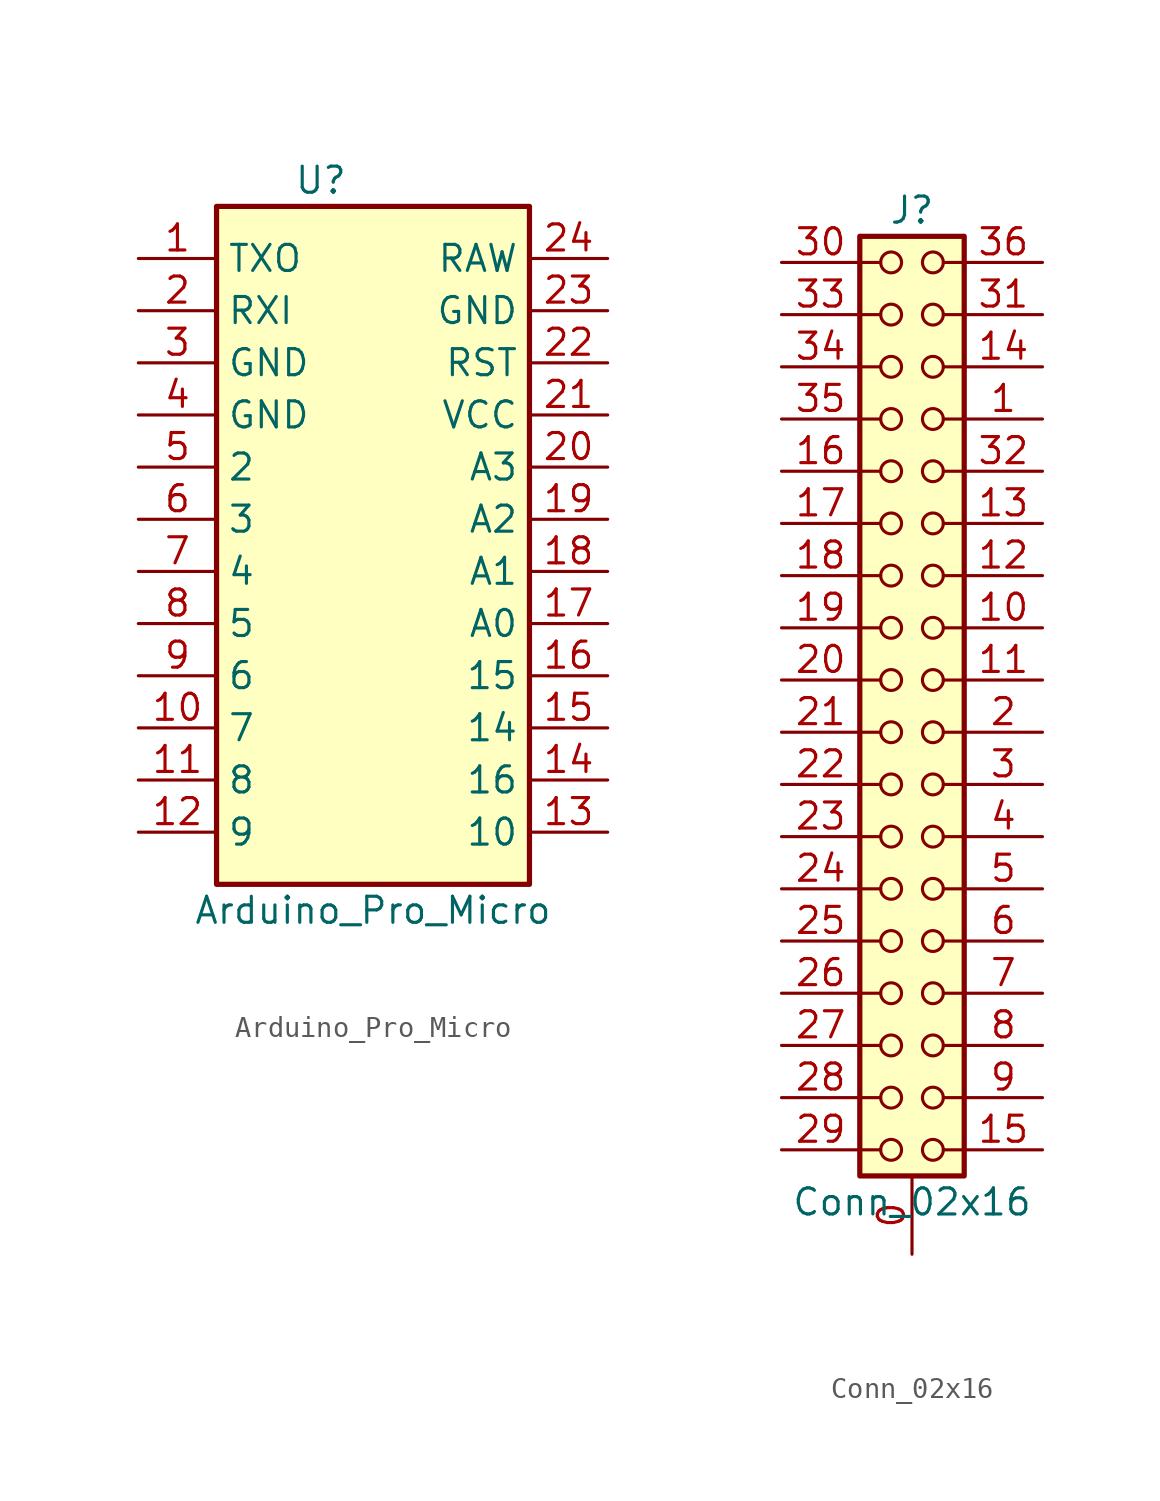
<source format=kicad_sym>
(kicad_symbol_lib
  (version 20211014)
  (generator kicad_symbol_editor)
  (symbol "Arduino_Pro_Micro"
    (property "Reference" "U"
      (at -2.54 17.78 0)
      (effects (font (size 1.27 1.27))))
    (property "Value" "Arduino_Pro_Micro"
      (at 0 -17.78 0)
      (effects (font (size 1.27 1.27))))
    (symbol "Arduino_Pro_Micro_0_1"
      (rectangle (start -7.62 16.51) (end 7.62 -16.51) (stroke (width 0.254) (type default) (color 0 0 0 0)) (fill (type background))))
    (symbol "Arduino_Pro_Micro_1_1"
      (pin passive line (at -11.43 13.97 0) (length 3.81) (name "TXO" (effects (font (size 1.27 1.27)))) (number "1" (effects (font (size 1.27 1.27)))))
      (pin passive line (at -11.43 -8.89 0) (length 3.81) (name "7" (effects (font (size 1.27 1.27)))) (number "10" (effects (font (size 1.27 1.27)))))
      (pin passive line (at -11.43 -11.43 0) (length 3.81) (name "8" (effects (font (size 1.27 1.27)))) (number "11" (effects (font (size 1.27 1.27)))))
      (pin passive line (at -11.43 -13.97 0) (length 3.81) (name "9" (effects (font (size 1.27 1.27)))) (number "12" (effects (font (size 1.27 1.27)))))
      (pin passive line (at 11.43 -13.97 180) (length 3.81) (name "10" (effects (font (size 1.27 1.27)))) (number "13" (effects (font (size 1.27 1.27)))))
      (pin passive line (at 11.43 -11.43 180) (length 3.81) (name "16" (effects (font (size 1.27 1.27)))) (number "14" (effects (font (size 1.27 1.27)))))
      (pin passive line (at 11.43 -8.89 180) (length 3.81) (name "14" (effects (font (size 1.27 1.27)))) (number "15" (effects (font (size 1.27 1.27)))))
      (pin passive line (at 11.43 -6.35 180) (length 3.81) (name "15" (effects (font (size 1.27 1.27)))) (number "16" (effects (font (size 1.27 1.27)))))
      (pin passive line (at 11.43 -3.81 180) (length 3.81) (name "A0" (effects (font (size 1.27 1.27)))) (number "17" (effects (font (size 1.27 1.27)))))
      (pin passive line (at 11.43 -1.27 180) (length 3.81) (name "A1" (effects (font (size 1.27 1.27)))) (number "18" (effects (font (size 1.27 1.27)))))
      (pin passive line (at 11.43 1.27 180) (length 3.81) (name "A2" (effects (font (size 1.27 1.27)))) (number "19" (effects (font (size 1.27 1.27)))))
      (pin passive line (at -11.43 11.43 0) (length 3.81) (name "RXI" (effects (font (size 1.27 1.27)))) (number "2" (effects (font (size 1.27 1.27)))))
      (pin passive line (at 11.43 3.81 180) (length 3.81) (name "A3" (effects (font (size 1.27 1.27)))) (number "20" (effects (font (size 1.27 1.27)))))
      (pin passive line (at 11.43 6.35 180) (length 3.81) (name "VCC" (effects (font (size 1.27 1.27)))) (number "21" (effects (font (size 1.27 1.27)))))
      (pin passive line (at 11.43 8.89 180) (length 3.81) (name "RST" (effects (font (size 1.27 1.27)))) (number "22" (effects (font (size 1.27 1.27)))))
      (pin passive line (at 11.43 11.43 180) (length 3.81) (name "GND" (effects (font (size 1.27 1.27)))) (number "23" (effects (font (size 1.27 1.27)))))
      (pin passive line (at 11.43 13.97 180) (length 3.81) (name "RAW" (effects (font (size 1.27 1.27)))) (number "24" (effects (font (size 1.27 1.27)))))
      (pin passive line (at -11.43 8.89 0) (length 3.81) (name "GND" (effects (font (size 1.27 1.27)))) (number "3" (effects (font (size 1.27 1.27)))))
      (pin passive line (at -11.43 6.35 0) (length 3.81) (name "GND" (effects (font (size 1.27 1.27)))) (number "4" (effects (font (size 1.27 1.27)))))
      (pin passive line (at -11.43 3.81 0) (length 3.81) (name "2" (effects (font (size 1.27 1.27)))) (number "5" (effects (font (size 1.27 1.27)))))
      (pin passive line (at -11.43 1.27 0) (length 3.81) (name "3" (effects (font (size 1.27 1.27)))) (number "6" (effects (font (size 1.27 1.27)))))
      (pin passive line (at -11.43 -1.27 0) (length 3.81) (name "4" (effects (font (size 1.27 1.27)))) (number "7" (effects (font (size 1.27 1.27)))))
      (pin passive line (at -11.43 -3.81 0) (length 3.81) (name "5" (effects (font (size 1.27 1.27)))) (number "8" (effects (font (size 1.27 1.27)))))
      (pin passive line (at -11.43 -6.35 0) (length 3.81) (name "6" (effects (font (size 1.27 1.27)))) (number "9" (effects (font (size 1.27 1.27)))))))
  (symbol "Conn_02x16"
    (pin_names
      (offset 1.016) hide)
    (property "Reference" "J"
      (at 1.27 17.78 0)
      (effects (font (size 1.27 1.27))))
    (property "Value" "Conn_02x16"
      (at 1.27 -30.48 0)
      (effects (font (size 1.27 1.27))))
    (symbol "Conn_02x16_0_1"
      (polyline (pts (xy -1.27 -27.94) (xy -0.254 -27.94)) (stroke (width 0) (type default) (color 0 0 0 0)) (fill (type none)))
      (polyline (pts (xy -1.27 -25.4) (xy -0.254 -25.4)) (stroke (width 0) (type default) (color 0 0 0 0)) (fill (type none)))
      (polyline (pts (xy -1.27 -22.86) (xy -0.254 -22.86)) (stroke (width 0) (type default) (color 0 0 0 0)) (fill (type none)))
      (polyline (pts (xy -1.27 -20.32) (xy -0.254 -20.32)) (stroke (width 0) (type default) (color 0 0 0 0)) (fill (type none)))
      (polyline (pts (xy -1.27 -17.78) (xy -0.254 -17.78)) (stroke (width 0) (type default) (color 0 0 0 0)) (fill (type none)))
      (polyline (pts (xy -1.27 -15.24) (xy -0.254 -15.24)) (stroke (width 0) (type default) (color 0 0 0 0)) (fill (type none)))
      (polyline (pts (xy -1.27 -12.7) (xy -0.254 -12.7)) (stroke (width 0) (type default) (color 0 0 0 0)) (fill (type none)))
      (polyline (pts (xy -1.27 -10.16) (xy -0.254 -10.16)) (stroke (width 0) (type default) (color 0 0 0 0)) (fill (type none)))
      (polyline (pts (xy -1.27 -7.62) (xy -0.254 -7.62)) (stroke (width 0) (type default) (color 0 0 0 0)) (fill (type none)))
      (polyline (pts (xy -1.27 -5.08) (xy -0.254 -5.08)) (stroke (width 0) (type default) (color 0 0 0 0)) (fill (type none)))
      (polyline (pts (xy -1.27 -2.54) (xy -0.254 -2.54)) (stroke (width 0) (type default) (color 0 0 0 0)) (fill (type none)))
      (polyline (pts (xy -1.27 0) (xy -0.254 0)) (stroke (width 0) (type default) (color 0 0 0 0)) (fill (type none)))
      (polyline (pts (xy -1.27 2.54) (xy -0.254 2.54)) (stroke (width 0) (type default) (color 0 0 0 0)) (fill (type none)))
      (polyline (pts (xy -1.27 5.08) (xy -0.254 5.08)) (stroke (width 0) (type default) (color 0 0 0 0)) (fill (type none)))
      (polyline (pts (xy -1.27 7.62) (xy -0.254 7.62)) (stroke (width 0) (type default) (color 0 0 0 0)) (fill (type none)))
      (polyline (pts (xy -1.27 10.16) (xy -0.254 10.16)) (stroke (width 0) (type default) (color 0 0 0 0)) (fill (type none)))
      (polyline (pts (xy -1.27 12.7) (xy -0.254 12.7)) (stroke (width 0) (type default) (color 0 0 0 0)) (fill (type none)))
      (polyline (pts (xy -1.27 15.24) (xy -0.254 15.24)) (stroke (width 0) (type default) (color 0 0 0 0)) (fill (type none)))
      (polyline (pts (xy 3.81 -27.94) (xy 2.794 -27.94)) (stroke (width 0) (type default) (color 0 0 0 0)) (fill (type none)))
      (polyline (pts (xy 3.81 -25.4) (xy 2.794 -25.4)) (stroke (width 0) (type default) (color 0 0 0 0)) (fill (type none)))
      (polyline (pts (xy 3.81 -22.86) (xy 2.794 -22.86)) (stroke (width 0) (type default) (color 0 0 0 0)) (fill (type none)))
      (polyline (pts (xy 3.81 -20.32) (xy 2.794 -20.32)) (stroke (width 0) (type default) (color 0 0 0 0)) (fill (type none)))
      (polyline (pts (xy 3.81 -17.78) (xy 2.794 -17.78)) (stroke (width 0) (type default) (color 0 0 0 0)) (fill (type none)))
      (polyline (pts (xy 3.81 -15.24) (xy 2.794 -15.24)) (stroke (width 0) (type default) (color 0 0 0 0)) (fill (type none)))
      (polyline (pts (xy 3.81 -12.7) (xy 2.794 -12.7)) (stroke (width 0) (type default) (color 0 0 0 0)) (fill (type none)))
      (polyline (pts (xy 3.81 -10.16) (xy 2.794 -10.16)) (stroke (width 0) (type default) (color 0 0 0 0)) (fill (type none)))
      (polyline (pts (xy 3.81 -7.62) (xy 2.794 -7.62)) (stroke (width 0) (type default) (color 0 0 0 0)) (fill (type none)))
      (polyline (pts (xy 3.81 -5.08) (xy 2.794 -5.08)) (stroke (width 0) (type default) (color 0 0 0 0)) (fill (type none)))
      (polyline (pts (xy 3.81 -2.54) (xy 2.794 -2.54)) (stroke (width 0) (type default) (color 0 0 0 0)) (fill (type none)))
      (polyline (pts (xy 3.81 0) (xy 2.794 0)) (stroke (width 0) (type default) (color 0 0 0 0)) (fill (type none)))
      (polyline (pts (xy 3.81 2.54) (xy 2.794 2.54)) (stroke (width 0) (type default) (color 0 0 0 0)) (fill (type none)))
      (polyline (pts (xy 3.81 5.08) (xy 2.794 5.08)) (stroke (width 0) (type default) (color 0 0 0 0)) (fill (type none)))
      (polyline (pts (xy 3.81 7.62) (xy 2.794 7.62)) (stroke (width 0) (type default) (color 0 0 0 0)) (fill (type none)))
      (polyline (pts (xy 3.81 10.16) (xy 2.794 10.16)) (stroke (width 0) (type default) (color 0 0 0 0)) (fill (type none)))
      (polyline (pts (xy 3.81 12.7) (xy 2.794 12.7)) (stroke (width 0) (type default) (color 0 0 0 0)) (fill (type none)))
      (polyline (pts (xy 3.81 15.24) (xy 2.794 15.24)) (stroke (width 0) (type default) (color 0 0 0 0)) (fill (type none)))
      (circle (center 0.254 -27.94) (radius 0.508) (stroke (width 0) (type default) (color 0 0 0 0)) (fill (type none)))
      (circle (center 0.254 -25.4) (radius 0.508) (stroke (width 0) (type default) (color 0 0 0 0)) (fill (type none)))
      (circle (center 0.254 -22.86) (radius 0.508) (stroke (width 0) (type default) (color 0 0 0 0)) (fill (type none)))
      (circle (center 0.254 -20.32) (radius 0.508) (stroke (width 0) (type default) (color 0 0 0 0)) (fill (type none)))
      (circle (center 0.254 -17.78) (radius 0.508) (stroke (width 0) (type default) (color 0 0 0 0)) (fill (type none)))
      (circle (center 0.254 -15.24) (radius 0.508) (stroke (width 0) (type default) (color 0 0 0 0)) (fill (type none)))
      (circle (center 0.254 -12.7) (radius 0.508) (stroke (width 0) (type default) (color 0 0 0 0)) (fill (type none)))
      (circle (center 0.254 -10.16) (radius 0.508) (stroke (width 0) (type default) (color 0 0 0 0)) (fill (type none)))
      (circle (center 0.254 -7.62) (radius 0.508) (stroke (width 0) (type default) (color 0 0 0 0)) (fill (type none)))
      (circle (center 0.254 -5.08) (radius 0.508) (stroke (width 0) (type default) (color 0 0 0 0)) (fill (type none)))
      (circle (center 0.254 -2.54) (radius 0.508) (stroke (width 0) (type default) (color 0 0 0 0)) (fill (type none)))
      (circle (center 0.254 0) (radius 0.508) (stroke (width 0) (type default) (color 0 0 0 0)) (fill (type none)))
      (circle (center 0.254 2.54) (radius 0.508) (stroke (width 0) (type default) (color 0 0 0 0)) (fill (type none)))
      (circle (center 0.254 5.08) (radius 0.508) (stroke (width 0) (type default) (color 0 0 0 0)) (fill (type none)))
      (circle (center 0.254 7.62) (radius 0.508) (stroke (width 0) (type default) (color 0 0 0 0)) (fill (type none)))
      (circle (center 0.254 10.16) (radius 0.508) (stroke (width 0) (type default) (color 0 0 0 0)) (fill (type none)))
      (circle (center 0.254 12.7) (radius 0.508) (stroke (width 0) (type default) (color 0 0 0 0)) (fill (type none)))
      (circle (center 0.254 15.24) (radius 0.508) (stroke (width 0) (type default) (color 0 0 0 0)) (fill (type none)))
      (circle (center 2.286 -27.94) (radius 0.508) (stroke (width 0) (type default) (color 0 0 0 0)) (fill (type none)))
      (circle (center 2.286 -25.4) (radius 0.508) (stroke (width 0) (type default) (color 0 0 0 0)) (fill (type none)))
      (circle (center 2.286 -22.86) (radius 0.508) (stroke (width 0) (type default) (color 0 0 0 0)) (fill (type none)))
      (circle (center 2.286 -20.32) (radius 0.508) (stroke (width 0) (type default) (color 0 0 0 0)) (fill (type none)))
      (circle (center 2.286 -17.78) (radius 0.508) (stroke (width 0) (type default) (color 0 0 0 0)) (fill (type none)))
      (circle (center 2.286 -15.24) (radius 0.508) (stroke (width 0) (type default) (color 0 0 0 0)) (fill (type none)))
      (circle (center 2.286 -12.7) (radius 0.508) (stroke (width 0) (type default) (color 0 0 0 0)) (fill (type none)))
      (circle (center 2.286 -10.16) (radius 0.508) (stroke (width 0) (type default) (color 0 0 0 0)) (fill (type none)))
      (circle (center 2.286 -7.62) (radius 0.508) (stroke (width 0) (type default) (color 0 0 0 0)) (fill (type none)))
      (circle (center 2.286 -5.08) (radius 0.508) (stroke (width 0) (type default) (color 0 0 0 0)) (fill (type none)))
      (circle (center 2.286 -2.54) (radius 0.508) (stroke (width 0) (type default) (color 0 0 0 0)) (fill (type none)))
      (circle (center 2.286 0) (radius 0.508) (stroke (width 0) (type default) (color 0 0 0 0)) (fill (type none)))
      (circle (center 2.286 2.54) (radius 0.508) (stroke (width 0) (type default) (color 0 0 0 0)) (fill (type none)))
      (circle (center 2.286 5.08) (radius 0.508) (stroke (width 0) (type default) (color 0 0 0 0)) (fill (type none)))
      (circle (center 2.286 7.62) (radius 0.508) (stroke (width 0) (type default) (color 0 0 0 0)) (fill (type none)))
      (circle (center 2.286 10.16) (radius 0.508) (stroke (width 0) (type default) (color 0 0 0 0)) (fill (type none)))
      (circle (center 2.286 12.7) (radius 0.508) (stroke (width 0) (type default) (color 0 0 0 0)) (fill (type none)))
      (circle (center 2.286 15.24) (radius 0.508) (stroke (width 0) (type default) (color 0 0 0 0)) (fill (type none))))
    (symbol "Conn_02x16_1_1"
      (rectangle (start -1.27 16.51) (end 3.81 -29.21) (stroke (width 0.254) (type default) (color 0 0 0 0)) (fill (type background)))
      (pin passive line (at 1.27 -33.02 90) (length 3.81) (name "Pin_0" (effects (font (size 1.27 1.27)))) (number "0" (effects (font (size 1.27 1.27)))))
      (pin passive line (at 7.62 7.62 180) (length 3.81) (name "Pin_1" (effects (font (size 1.27 1.27)))) (number "1" (effects (font (size 1.27 1.27)))))
      (pin passive line (at 7.62 -2.54 180) (length 3.81) (name "Pin_10" (effects (font (size 1.27 1.27)))) (number "10" (effects (font (size 1.27 1.27)))))
      (pin passive line (at 7.62 -5.08 180) (length 3.81) (name "Pin_11" (effects (font (size 1.27 1.27)))) (number "11" (effects (font (size 1.27 1.27)))))
      (pin passive line (at 7.62 0 180) (length 3.81) (name "Pin_12" (effects (font (size 1.27 1.27)))) (number "12" (effects (font (size 1.27 1.27)))))
      (pin passive line (at 7.62 2.54 180) (length 3.81) (name "Pin_13" (effects (font (size 1.27 1.27)))) (number "13" (effects (font (size 1.27 1.27)))))
      (pin passive line (at 7.62 10.16 180) (length 3.81) (name "Pin_14" (effects (font (size 1.27 1.27)))) (number "14" (effects (font (size 1.27 1.27)))))
      (pin passive line (at 7.62 -27.94 180) (length 3.81) (name "Pin_15" (effects (font (size 1.27 1.27)))) (number "15" (effects (font (size 1.27 1.27)))))
      (pin passive line (at -5.08 5.08 0) (length 3.81) (name "Pin_16" (effects (font (size 1.27 1.27)))) (number "16" (effects (font (size 1.27 1.27)))))
      (pin passive line (at -5.08 2.54 0) (length 3.81) (name "Pin_17" (effects (font (size 1.27 1.27)))) (number "17" (effects (font (size 1.27 1.27)))))
      (pin passive line (at -5.08 0 0) (length 3.81) (name "Pin_18" (effects (font (size 1.27 1.27)))) (number "18" (effects (font (size 1.27 1.27)))))
      (pin passive line (at -5.08 -2.54 0) (length 3.81) (name "Pin_19" (effects (font (size 1.27 1.27)))) (number "19" (effects (font (size 1.27 1.27)))))
      (pin passive line (at 7.62 -7.62 180) (length 3.81) (name "Pin_2" (effects (font (size 1.27 1.27)))) (number "2" (effects (font (size 1.27 1.27)))))
      (pin passive line (at -5.08 -5.08 0) (length 3.81) (name "Pin_20" (effects (font (size 1.27 1.27)))) (number "20" (effects (font (size 1.27 1.27)))))
      (pin passive line (at -5.08 -7.62 0) (length 3.81) (name "Pin_21" (effects (font (size 1.27 1.27)))) (number "21" (effects (font (size 1.27 1.27)))))
      (pin passive line (at -5.08 -10.16 0) (length 3.81) (name "Pin_22" (effects (font (size 1.27 1.27)))) (number "22" (effects (font (size 1.27 1.27)))))
      (pin passive line (at -5.08 -12.7 0) (length 3.81) (name "Pin_23" (effects (font (size 1.27 1.27)))) (number "23" (effects (font (size 1.27 1.27)))))
      (pin passive line (at -5.08 -15.24 0) (length 3.81) (name "Pin_24" (effects (font (size 1.27 1.27)))) (number "24" (effects (font (size 1.27 1.27)))))
      (pin passive line (at -5.08 -17.78 0) (length 3.81) (name "Pin_25" (effects (font (size 1.27 1.27)))) (number "25" (effects (font (size 1.27 1.27)))))
      (pin passive line (at -5.08 -20.32 0) (length 3.81) (name "Pin_26" (effects (font (size 1.27 1.27)))) (number "26" (effects (font (size 1.27 1.27)))))
      (pin passive line (at -5.08 -22.86 0) (length 3.81) (name "Pin_27" (effects (font (size 1.27 1.27)))) (number "27" (effects (font (size 1.27 1.27)))))
      (pin passive line (at -5.08 -25.4 0) (length 3.81) (name "Pin_28" (effects (font (size 1.27 1.27)))) (number "28" (effects (font (size 1.27 1.27)))))
      (pin passive line (at -5.08 -27.94 0) (length 3.81) (name "Pin_29" (effects (font (size 1.27 1.27)))) (number "29" (effects (font (size 1.27 1.27)))))
      (pin passive line (at 7.62 -10.16 180) (length 3.81) (name "Pin_3" (effects (font (size 1.27 1.27)))) (number "3" (effects (font (size 1.27 1.27)))))
      (pin passive line (at -5.08 15.24 0) (length 3.81) (name "Pin_30" (effects (font (size 1.27 1.27)))) (number "30" (effects (font (size 1.27 1.27)))))
      (pin passive line (at 7.62 12.7 180) (length 3.81) (name "Pin_31" (effects (font (size 1.27 1.27)))) (number "31" (effects (font (size 1.27 1.27)))))
      (pin passive line (at 7.62 5.08 180) (length 3.81) (name "Pin_32" (effects (font (size 1.27 1.27)))) (number "32" (effects (font (size 1.27 1.27)))))
      (pin passive line (at -5.08 12.7 0) (length 3.81) (name "Pin_33" (effects (font (size 1.27 1.27)))) (number "33" (effects (font (size 1.27 1.27)))))
      (pin passive line (at -5.08 10.16 0) (length 3.81) (name "Pin_34" (effects (font (size 1.27 1.27)))) (number "34" (effects (font (size 1.27 1.27)))))
      (pin passive line (at -5.08 7.62 0) (length 3.81) (name "Pin_35" (effects (font (size 1.27 1.27)))) (number "35" (effects (font (size 1.27 1.27)))))
      (pin passive line (at 7.62 15.24 180) (length 3.81) (name "Pin_36" (effects (font (size 1.27 1.27)))) (number "36" (effects (font (size 1.27 1.27)))))
      (pin passive line (at 7.62 -12.7 180) (length 3.81) (name "Pin_4" (effects (font (size 1.27 1.27)))) (number "4" (effects (font (size 1.27 1.27)))))
      (pin passive line (at 7.62 -15.24 180) (length 3.81) (name "Pin_5" (effects (font (size 1.27 1.27)))) (number "5" (effects (font (size 1.27 1.27)))))
      (pin passive line (at 7.62 -17.78 180) (length 3.81) (name "Pin_6" (effects (font (size 1.27 1.27)))) (number "6" (effects (font (size 1.27 1.27)))))
      (pin passive line (at 7.62 -20.32 180) (length 3.81) (name "Pin_7" (effects (font (size 1.27 1.27)))) (number "7" (effects (font (size 1.27 1.27)))))
      (pin passive line (at 7.62 -22.86 180) (length 3.81) (name "Pin_8" (effects (font (size 1.27 1.27)))) (number "8" (effects (font (size 1.27 1.27)))))
      (pin passive line (at 7.62 -25.4 180) (length 3.81) (name "Pin_9" (effects (font (size 1.27 1.27)))) (number "9" (effects (font (size 1.27 1.27))))))))
</source>
